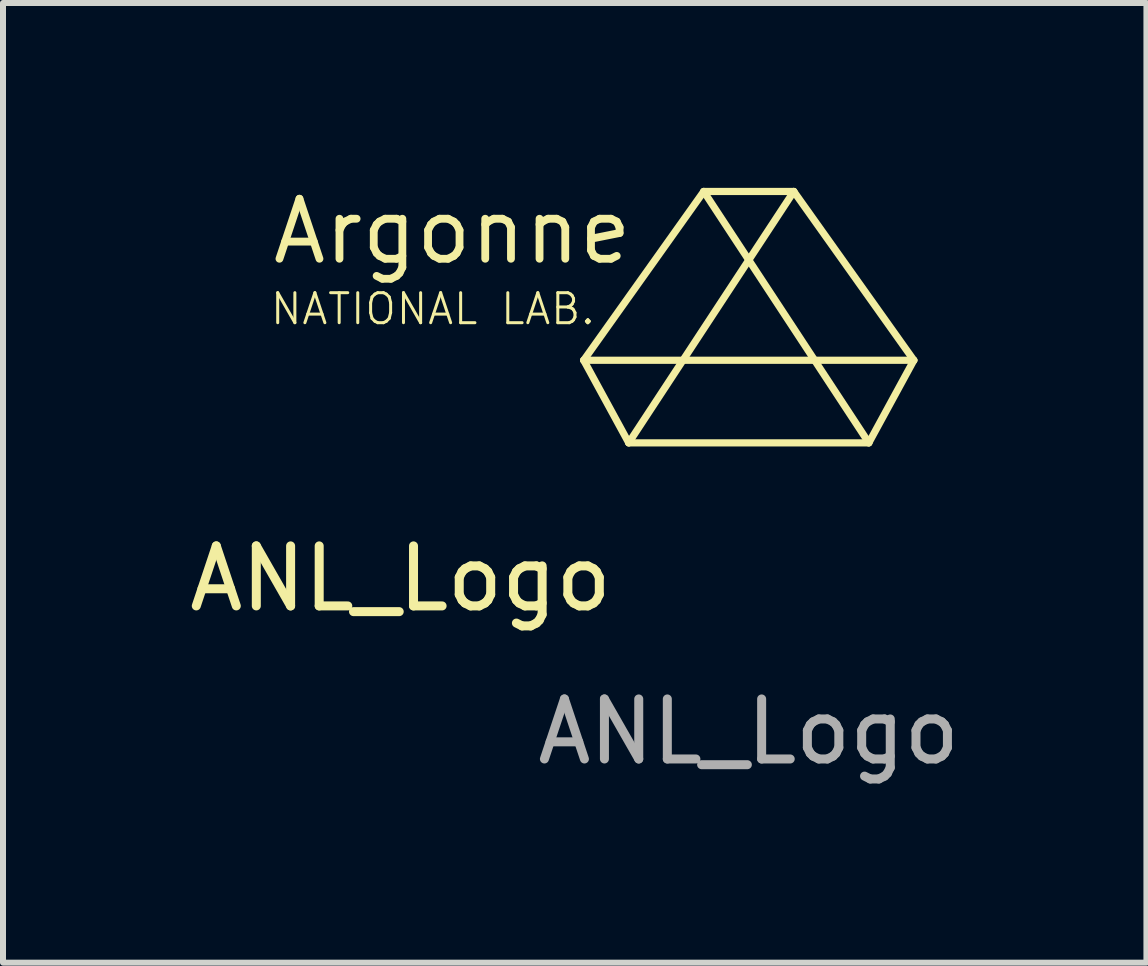
<source format=kicad_pcb>
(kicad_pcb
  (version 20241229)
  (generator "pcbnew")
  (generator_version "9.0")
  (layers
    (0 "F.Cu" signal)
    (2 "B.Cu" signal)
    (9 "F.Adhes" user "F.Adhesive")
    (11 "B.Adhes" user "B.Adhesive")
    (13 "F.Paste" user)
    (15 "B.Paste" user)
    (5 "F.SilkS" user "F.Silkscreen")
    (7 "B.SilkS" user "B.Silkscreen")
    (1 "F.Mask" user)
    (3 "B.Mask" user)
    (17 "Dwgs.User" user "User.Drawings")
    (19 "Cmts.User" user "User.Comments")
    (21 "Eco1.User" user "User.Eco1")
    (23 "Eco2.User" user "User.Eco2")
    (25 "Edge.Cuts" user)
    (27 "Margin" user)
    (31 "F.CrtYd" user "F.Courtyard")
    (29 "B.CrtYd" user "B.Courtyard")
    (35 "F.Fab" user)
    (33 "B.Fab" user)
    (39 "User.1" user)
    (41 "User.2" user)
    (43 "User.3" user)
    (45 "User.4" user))
  (footprint "ANL_Logo"
    (layer "F.Cu")
    (at 9.425 6.64)
    (property "Reference" "ANL_Logo" (at -5.8 -0.05 0) (unlocked yes) (layer "F.SilkS") (effects (font (size 1 1) (thickness 0.15))))
    (attr smd)
    (fp_line (start -2.75 -3.688) (end -0.75 -6.5) (stroke (width 0.12) (type default)) (layer "F.SilkS"))
    (fp_line (start -2.75 -3.688) (end 2.75 -3.688) (stroke (width 0.12) (type default)) (layer "F.SilkS"))
    (fp_line (start -2 -2.312) (end -2.75 -3.688) (stroke (width 0.12) (type default)) (layer "F.SilkS"))
    (fp_line (start -0.75 -6.5) (end 0.75 -6.5) (stroke (width 0.12) (type default)) (layer "F.SilkS"))
    (fp_line (start 0.75 -6.5) (end -2 -2.312) (stroke (width 0.12) (type default)) (layer "F.SilkS"))
    (fp_line (start 0.75 -6.5) (end 2.75 -3.688) (stroke (width 0.12) (type default)) (layer "F.SilkS"))
    (fp_line (start 2 -2.312) (end -2 -2.312) (stroke (width 0.12) (type default)) (layer "F.SilkS"))
    (fp_line (start 2 -2.312) (end -0.75 -6.5) (stroke (width 0.12) (type default)) (layer "F.SilkS"))
    (fp_line (start 2.75 -3.688) (end 2 -2.312) (stroke (width 0.12) (type default)) (layer "F.SilkS"))
    (fp_text user "NATIONAL LAB." (at -8 -4.25 0) (unlocked yes) (layer "F.SilkS") (effects (font (size 0.5 0.5) (thickness 0.05)) (justify left bottom)))
    (fp_text user "Argonne" (at -8 -5.25 0) (unlocked yes) (layer "F.SilkS") (effects (font (size 1 1) (thickness 0.13)) (justify left bottom)))
    (fp_text user "${REFERENCE}" (at 0 2.5 0) (unlocked yes) (layer "F.Fab") (effects (font (size 1 1) (thickness 0.15)))))
  (gr_rect
    (start -3 -3)
    (end 16.05 12.988)
    (stroke (width 0.1) (type default))
    (fill no)
    (layer "Edge.Cuts")))
</source>
